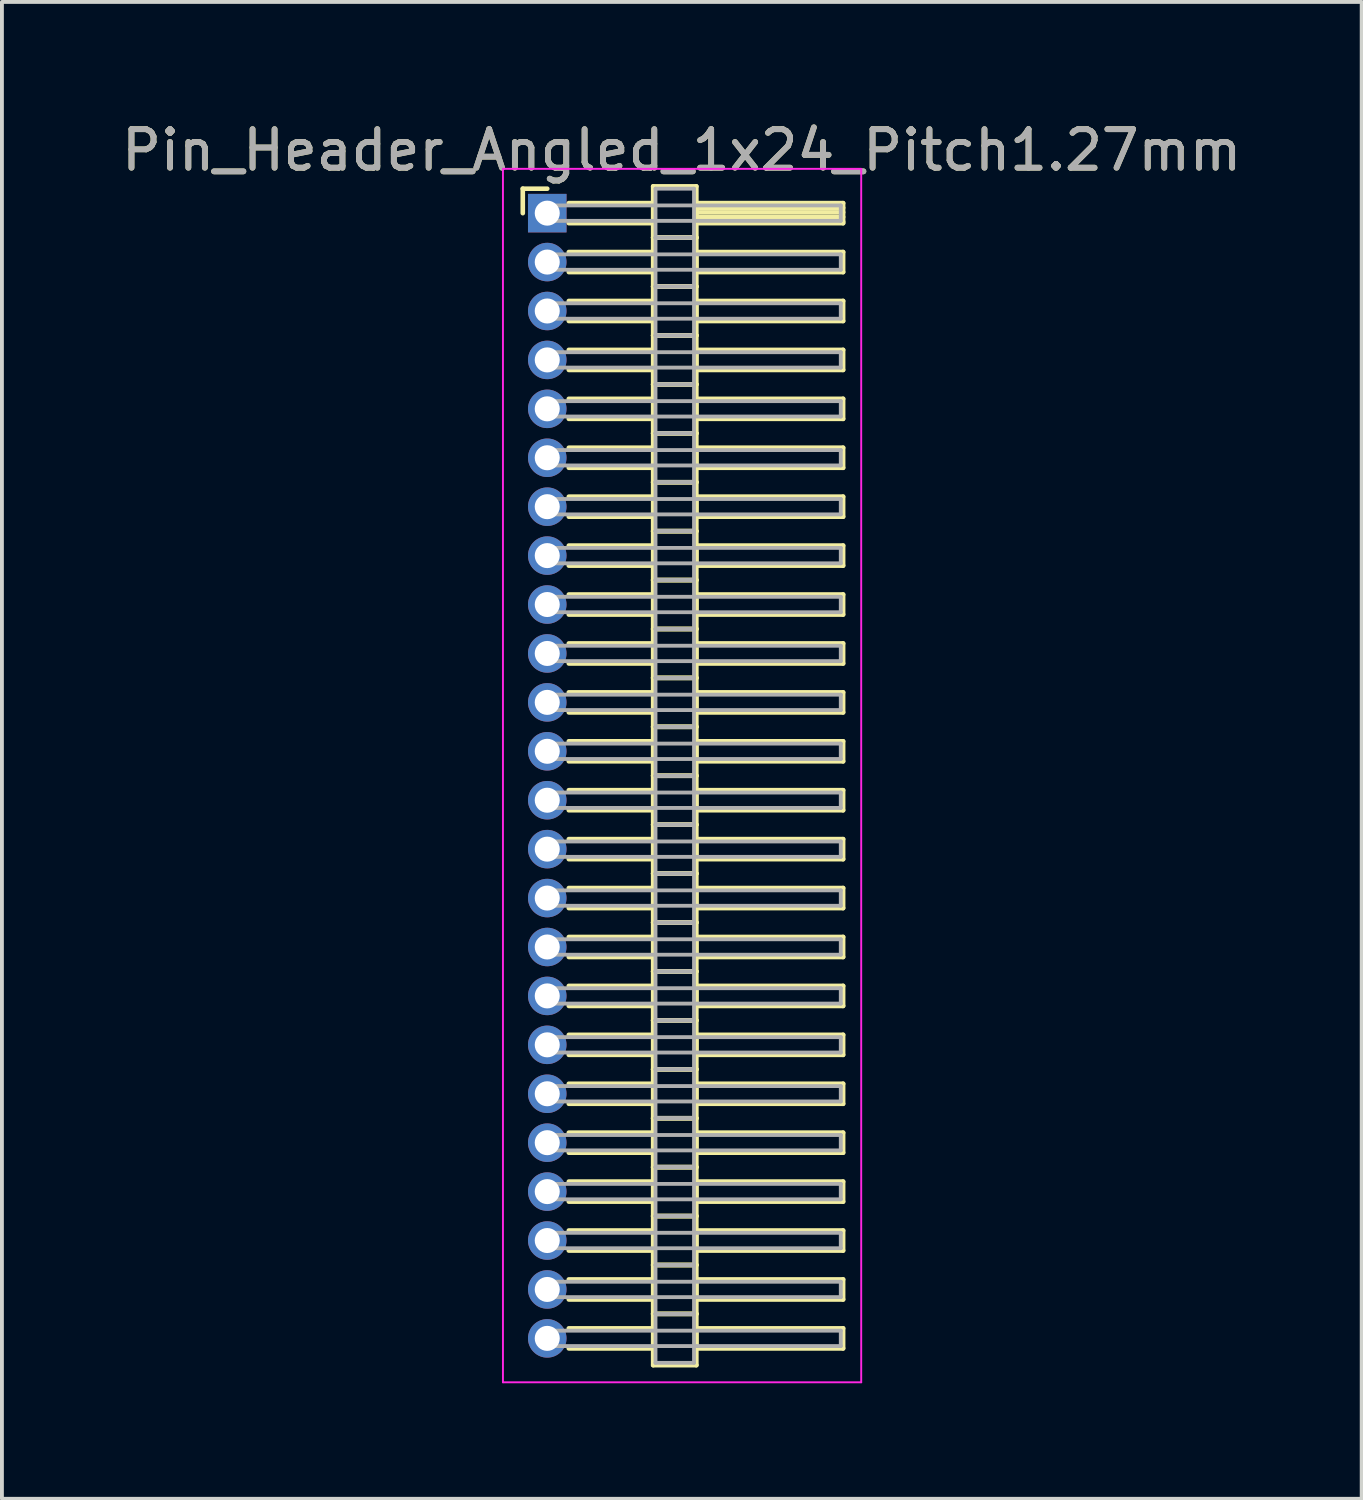
<source format=kicad_pcb>
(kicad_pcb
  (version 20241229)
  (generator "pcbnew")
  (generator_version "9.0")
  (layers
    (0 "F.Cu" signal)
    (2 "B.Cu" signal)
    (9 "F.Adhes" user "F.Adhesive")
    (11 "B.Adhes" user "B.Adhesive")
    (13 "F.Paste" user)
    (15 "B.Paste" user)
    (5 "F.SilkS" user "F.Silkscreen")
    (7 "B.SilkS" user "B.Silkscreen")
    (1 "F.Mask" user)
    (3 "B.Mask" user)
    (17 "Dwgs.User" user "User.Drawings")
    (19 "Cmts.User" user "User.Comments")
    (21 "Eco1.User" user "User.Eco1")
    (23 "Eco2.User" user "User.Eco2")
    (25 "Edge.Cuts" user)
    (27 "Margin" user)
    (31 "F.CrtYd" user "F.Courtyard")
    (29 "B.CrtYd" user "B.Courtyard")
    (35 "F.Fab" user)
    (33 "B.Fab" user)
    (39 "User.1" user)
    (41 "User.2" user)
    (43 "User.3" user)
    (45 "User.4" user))
  (footprint "Pin_Header_Angled_1x24_Pitch1.27mm"
    (layer "F.Cu")
    (at 11.156 2.483)
    (property "Reference" "Pin_Header_Angled_1x24_Pitch1.27mm" (at 3.493 -1.635 0) (layer "F.SilkS") (effects (font (size 1 1) (thickness 0.15))))
    (attr through_hole)
    (fp_line (start -0.635 -0.635) (end 0 -0.635) (stroke (width 0.12) (type solid)) (layer "F.SilkS"))
    (fp_line (start -0.635 0) (end -0.635 -0.635) (stroke (width 0.12) (type solid)) (layer "F.SilkS"))
    (fp_line (start 0.56 -0.26) (end 2.75 -0.26) (stroke (width 0.12) (type solid)) (layer "F.SilkS"))
    (fp_line (start 0.56 0.26) (end 2.75 0.26) (stroke (width 0.12) (type solid)) (layer "F.SilkS"))
    (fp_line (start 0.56 1.01) (end 2.75 1.01) (stroke (width 0.12) (type solid)) (layer "F.SilkS"))
    (fp_line (start 0.56 1.53) (end 2.75 1.53) (stroke (width 0.12) (type solid)) (layer "F.SilkS"))
    (fp_line (start 0.56 2.28) (end 2.75 2.28) (stroke (width 0.12) (type solid)) (layer "F.SilkS"))
    (fp_line (start 0.56 2.8) (end 2.75 2.8) (stroke (width 0.12) (type solid)) (layer "F.SilkS"))
    (fp_line (start 0.56 3.55) (end 2.75 3.55) (stroke (width 0.12) (type solid)) (layer "F.SilkS"))
    (fp_line (start 0.56 4.07) (end 2.75 4.07) (stroke (width 0.12) (type solid)) (layer "F.SilkS"))
    (fp_line (start 0.56 4.82) (end 2.75 4.82) (stroke (width 0.12) (type solid)) (layer "F.SilkS"))
    (fp_line (start 0.56 5.34) (end 2.75 5.34) (stroke (width 0.12) (type solid)) (layer "F.SilkS"))
    (fp_line (start 0.56 6.09) (end 2.75 6.09) (stroke (width 0.12) (type solid)) (layer "F.SilkS"))
    (fp_line (start 0.56 6.61) (end 2.75 6.61) (stroke (width 0.12) (type solid)) (layer "F.SilkS"))
    (fp_line (start 0.56 7.36) (end 2.75 7.36) (stroke (width 0.12) (type solid)) (layer "F.SilkS"))
    (fp_line (start 0.56 7.88) (end 2.75 7.88) (stroke (width 0.12) (type solid)) (layer "F.SilkS"))
    (fp_line (start 0.56 8.63) (end 2.75 8.63) (stroke (width 0.12) (type solid)) (layer "F.SilkS"))
    (fp_line (start 0.56 9.15) (end 2.75 9.15) (stroke (width 0.12) (type solid)) (layer "F.SilkS"))
    (fp_line (start 0.56 9.9) (end 2.75 9.9) (stroke (width 0.12) (type solid)) (layer "F.SilkS"))
    (fp_line (start 0.56 10.42) (end 2.75 10.42) (stroke (width 0.12) (type solid)) (layer "F.SilkS"))
    (fp_line (start 0.56 11.17) (end 2.75 11.17) (stroke (width 0.12) (type solid)) (layer "F.SilkS"))
    (fp_line (start 0.56 11.69) (end 2.75 11.69) (stroke (width 0.12) (type solid)) (layer "F.SilkS"))
    (fp_line (start 0.56 12.44) (end 2.75 12.44) (stroke (width 0.12) (type solid)) (layer "F.SilkS"))
    (fp_line (start 0.56 12.96) (end 2.75 12.96) (stroke (width 0.12) (type solid)) (layer "F.SilkS"))
    (fp_line (start 0.56 13.71) (end 2.75 13.71) (stroke (width 0.12) (type solid)) (layer "F.SilkS"))
    (fp_line (start 0.56 14.23) (end 2.75 14.23) (stroke (width 0.12) (type solid)) (layer "F.SilkS"))
    (fp_line (start 0.56 14.98) (end 2.75 14.98) (stroke (width 0.12) (type solid)) (layer "F.SilkS"))
    (fp_line (start 0.56 15.5) (end 2.75 15.5) (stroke (width 0.12) (type solid)) (layer "F.SilkS"))
    (fp_line (start 0.56 16.25) (end 2.75 16.25) (stroke (width 0.12) (type solid)) (layer "F.SilkS"))
    (fp_line (start 0.56 16.77) (end 2.75 16.77) (stroke (width 0.12) (type solid)) (layer "F.SilkS"))
    (fp_line (start 0.56 17.52) (end 2.75 17.52) (stroke (width 0.12) (type solid)) (layer "F.SilkS"))
    (fp_line (start 0.56 18.04) (end 2.75 18.04) (stroke (width 0.12) (type solid)) (layer "F.SilkS"))
    (fp_line (start 0.56 18.79) (end 2.75 18.79) (stroke (width 0.12) (type solid)) (layer "F.SilkS"))
    (fp_line (start 0.56 19.31) (end 2.75 19.31) (stroke (width 0.12) (type solid)) (layer "F.SilkS"))
    (fp_line (start 0.56 20.06) (end 2.75 20.06) (stroke (width 0.12) (type solid)) (layer "F.SilkS"))
    (fp_line (start 0.56 20.58) (end 2.75 20.58) (stroke (width 0.12) (type solid)) (layer "F.SilkS"))
    (fp_line (start 0.56 21.33) (end 2.75 21.33) (stroke (width 0.12) (type solid)) (layer "F.SilkS"))
    (fp_line (start 0.56 21.85) (end 2.75 21.85) (stroke (width 0.12) (type solid)) (layer "F.SilkS"))
    (fp_line (start 0.56 22.6) (end 2.75 22.6) (stroke (width 0.12) (type solid)) (layer "F.SilkS"))
    (fp_line (start 0.56 23.12) (end 2.75 23.12) (stroke (width 0.12) (type solid)) (layer "F.SilkS"))
    (fp_line (start 0.56 23.87) (end 2.75 23.87) (stroke (width 0.12) (type solid)) (layer "F.SilkS"))
    (fp_line (start 0.56 24.39) (end 2.75 24.39) (stroke (width 0.12) (type solid)) (layer "F.SilkS"))
    (fp_line (start 0.56 25.14) (end 2.75 25.14) (stroke (width 0.12) (type solid)) (layer "F.SilkS"))
    (fp_line (start 0.56 25.66) (end 2.75 25.66) (stroke (width 0.12) (type solid)) (layer "F.SilkS"))
    (fp_line (start 0.56 26.41) (end 2.75 26.41) (stroke (width 0.12) (type solid)) (layer "F.SilkS"))
    (fp_line (start 0.56 26.93) (end 2.75 26.93) (stroke (width 0.12) (type solid)) (layer "F.SilkS"))
    (fp_line (start 0.56 27.68) (end 2.75 27.68) (stroke (width 0.12) (type solid)) (layer "F.SilkS"))
    (fp_line (start 0.56 28.2) (end 2.75 28.2) (stroke (width 0.12) (type solid)) (layer "F.SilkS"))
    (fp_line (start 0.56 28.95) (end 2.75 28.95) (stroke (width 0.12) (type solid)) (layer "F.SilkS"))
    (fp_line (start 0.56 29.47) (end 2.75 29.47) (stroke (width 0.12) (type solid)) (layer "F.SilkS"))
    (fp_line (start 2.75 -0.695) (end 2.75 0.635) (stroke (width 0.12) (type solid)) (layer "F.SilkS"))
    (fp_line (start 2.75 0.635) (end 2.75 1.905) (stroke (width 0.12) (type solid)) (layer "F.SilkS"))
    (fp_line (start 2.75 0.635) (end 3.87 0.635) (stroke (width 0.12) (type solid)) (layer "F.SilkS"))
    (fp_line (start 2.75 1.905) (end 2.75 3.175) (stroke (width 0.12) (type solid)) (layer "F.SilkS"))
    (fp_line (start 2.75 1.905) (end 3.87 1.905) (stroke (width 0.12) (type solid)) (layer "F.SilkS"))
    (fp_line (start 2.75 3.175) (end 2.75 4.445) (stroke (width 0.12) (type solid)) (layer "F.SilkS"))
    (fp_line (start 2.75 3.175) (end 3.87 3.175) (stroke (width 0.12) (type solid)) (layer "F.SilkS"))
    (fp_line (start 2.75 4.445) (end 2.75 5.715) (stroke (width 0.12) (type solid)) (layer "F.SilkS"))
    (fp_line (start 2.75 4.445) (end 3.87 4.445) (stroke (width 0.12) (type solid)) (layer "F.SilkS"))
    (fp_line (start 2.75 5.715) (end 2.75 6.985) (stroke (width 0.12) (type solid)) (layer "F.SilkS"))
    (fp_line (start 2.75 5.715) (end 3.87 5.715) (stroke (width 0.12) (type solid)) (layer "F.SilkS"))
    (fp_line (start 2.75 6.985) (end 2.75 8.255) (stroke (width 0.12) (type solid)) (layer "F.SilkS"))
    (fp_line (start 2.75 6.985) (end 3.87 6.985) (stroke (width 0.12) (type solid)) (layer "F.SilkS"))
    (fp_line (start 2.75 8.255) (end 2.75 9.525) (stroke (width 0.12) (type solid)) (layer "F.SilkS"))
    (fp_line (start 2.75 8.255) (end 3.87 8.255) (stroke (width 0.12) (type solid)) (layer "F.SilkS"))
    (fp_line (start 2.75 9.525) (end 2.75 10.795) (stroke (width 0.12) (type solid)) (layer "F.SilkS"))
    (fp_line (start 2.75 9.525) (end 3.87 9.525) (stroke (width 0.12) (type solid)) (layer "F.SilkS"))
    (fp_line (start 2.75 10.795) (end 2.75 12.065) (stroke (width 0.12) (type solid)) (layer "F.SilkS"))
    (fp_line (start 2.75 10.795) (end 3.87 10.795) (stroke (width 0.12) (type solid)) (layer "F.SilkS"))
    (fp_line (start 2.75 12.065) (end 2.75 13.335) (stroke (width 0.12) (type solid)) (layer "F.SilkS"))
    (fp_line (start 2.75 12.065) (end 3.87 12.065) (stroke (width 0.12) (type solid)) (layer "F.SilkS"))
    (fp_line (start 2.75 13.335) (end 2.75 14.605) (stroke (width 0.12) (type solid)) (layer "F.SilkS"))
    (fp_line (start 2.75 13.335) (end 3.87 13.335) (stroke (width 0.12) (type solid)) (layer "F.SilkS"))
    (fp_line (start 2.75 14.605) (end 2.75 15.875) (stroke (width 0.12) (type solid)) (layer "F.SilkS"))
    (fp_line (start 2.75 14.605) (end 3.87 14.605) (stroke (width 0.12) (type solid)) (layer "F.SilkS"))
    (fp_line (start 2.75 15.875) (end 2.75 17.145) (stroke (width 0.12) (type solid)) (layer "F.SilkS"))
    (fp_line (start 2.75 15.875) (end 3.87 15.875) (stroke (width 0.12) (type solid)) (layer "F.SilkS"))
    (fp_line (start 2.75 17.145) (end 2.75 18.415) (stroke (width 0.12) (type solid)) (layer "F.SilkS"))
    (fp_line (start 2.75 17.145) (end 3.87 17.145) (stroke (width 0.12) (type solid)) (layer "F.SilkS"))
    (fp_line (start 2.75 18.415) (end 2.75 19.685) (stroke (width 0.12) (type solid)) (layer "F.SilkS"))
    (fp_line (start 2.75 18.415) (end 3.87 18.415) (stroke (width 0.12) (type solid)) (layer "F.SilkS"))
    (fp_line (start 2.75 19.685) (end 2.75 20.955) (stroke (width 0.12) (type solid)) (layer "F.SilkS"))
    (fp_line (start 2.75 19.685) (end 3.87 19.685) (stroke (width 0.12) (type solid)) (layer "F.SilkS"))
    (fp_line (start 2.75 20.955) (end 2.75 22.225) (stroke (width 0.12) (type solid)) (layer "F.SilkS"))
    (fp_line (start 2.75 20.955) (end 3.87 20.955) (stroke (width 0.12) (type solid)) (layer "F.SilkS"))
    (fp_line (start 2.75 22.225) (end 2.75 23.495) (stroke (width 0.12) (type solid)) (layer "F.SilkS"))
    (fp_line (start 2.75 22.225) (end 3.87 22.225) (stroke (width 0.12) (type solid)) (layer "F.SilkS"))
    (fp_line (start 2.75 23.495) (end 2.75 24.765) (stroke (width 0.12) (type solid)) (layer "F.SilkS"))
    (fp_line (start 2.75 23.495) (end 3.87 23.495) (stroke (width 0.12) (type solid)) (layer "F.SilkS"))
    (fp_line (start 2.75 24.765) (end 2.75 26.035) (stroke (width 0.12) (type solid)) (layer "F.SilkS"))
    (fp_line (start 2.75 24.765) (end 3.87 24.765) (stroke (width 0.12) (type solid)) (layer "F.SilkS"))
    (fp_line (start 2.75 26.035) (end 2.75 27.305) (stroke (width 0.12) (type solid)) (layer "F.SilkS"))
    (fp_line (start 2.75 26.035) (end 3.87 26.035) (stroke (width 0.12) (type solid)) (layer "F.SilkS"))
    (fp_line (start 2.75 27.305) (end 2.75 28.575) (stroke (width 0.12) (type solid)) (layer "F.SilkS"))
    (fp_line (start 2.75 27.305) (end 3.87 27.305) (stroke (width 0.12) (type solid)) (layer "F.SilkS"))
    (fp_line (start 2.75 28.575) (end 2.75 29.905) (stroke (width 0.12) (type solid)) (layer "F.SilkS"))
    (fp_line (start 2.75 28.575) (end 3.87 28.575) (stroke (width 0.12) (type solid)) (layer "F.SilkS"))
    (fp_line (start 2.75 29.905) (end 3.87 29.905) (stroke (width 0.12) (type solid)) (layer "F.SilkS"))
    (fp_line (start 3.87 -0.695) (end 2.75 -0.695) (stroke (width 0.12) (type solid)) (layer "F.SilkS"))
    (fp_line (start 3.87 -0.26) (end 3.87 0.26) (stroke (width 0.12) (type solid)) (layer "F.SilkS"))
    (fp_line (start 3.87 -0.14) (end 7.68 -0.14) (stroke (width 0.12) (type solid)) (layer "F.SilkS"))
    (fp_line (start 3.87 -0.02) (end 7.68 -0.02) (stroke (width 0.12) (type solid)) (layer "F.SilkS"))
    (fp_line (start 3.87 0.1) (end 7.68 0.1) (stroke (width 0.12) (type solid)) (layer "F.SilkS"))
    (fp_line (start 3.87 0.22) (end 7.68 0.22) (stroke (width 0.12) (type solid)) (layer "F.SilkS"))
    (fp_line (start 3.87 0.26) (end 7.68 0.26) (stroke (width 0.12) (type solid)) (layer "F.SilkS"))
    (fp_line (start 3.87 0.635) (end 2.75 0.635) (stroke (width 0.12) (type solid)) (layer "F.SilkS"))
    (fp_line (start 3.87 0.635) (end 3.87 -0.695) (stroke (width 0.12) (type solid)) (layer "F.SilkS"))
    (fp_line (start 3.87 1.01) (end 3.87 1.53) (stroke (width 0.12) (type solid)) (layer "F.SilkS"))
    (fp_line (start 3.87 1.53) (end 7.68 1.53) (stroke (width 0.12) (type solid)) (layer "F.SilkS"))
    (fp_line (start 3.87 1.905) (end 2.75 1.905) (stroke (width 0.12) (type solid)) (layer "F.SilkS"))
    (fp_line (start 3.87 1.905) (end 3.87 0.635) (stroke (width 0.12) (type solid)) (layer "F.SilkS"))
    (fp_line (start 3.87 2.28) (end 3.87 2.8) (stroke (width 0.12) (type solid)) (layer "F.SilkS"))
    (fp_line (start 3.87 2.8) (end 7.68 2.8) (stroke (width 0.12) (type solid)) (layer "F.SilkS"))
    (fp_line (start 3.87 3.175) (end 2.75 3.175) (stroke (width 0.12) (type solid)) (layer "F.SilkS"))
    (fp_line (start 3.87 3.175) (end 3.87 1.905) (stroke (width 0.12) (type solid)) (layer "F.SilkS"))
    (fp_line (start 3.87 3.55) (end 3.87 4.07) (stroke (width 0.12) (type solid)) (layer "F.SilkS"))
    (fp_line (start 3.87 4.07) (end 7.68 4.07) (stroke (width 0.12) (type solid)) (layer "F.SilkS"))
    (fp_line (start 3.87 4.445) (end 2.75 4.445) (stroke (width 0.12) (type solid)) (layer "F.SilkS"))
    (fp_line (start 3.87 4.445) (end 3.87 3.175) (stroke (width 0.12) (type solid)) (layer "F.SilkS"))
    (fp_line (start 3.87 4.82) (end 3.87 5.34) (stroke (width 0.12) (type solid)) (layer "F.SilkS"))
    (fp_line (start 3.87 5.34) (end 7.68 5.34) (stroke (width 0.12) (type solid)) (layer "F.SilkS"))
    (fp_line (start 3.87 5.715) (end 2.75 5.715) (stroke (width 0.12) (type solid)) (layer "F.SilkS"))
    (fp_line (start 3.87 5.715) (end 3.87 4.445) (stroke (width 0.12) (type solid)) (layer "F.SilkS"))
    (fp_line (start 3.87 6.09) (end 3.87 6.61) (stroke (width 0.12) (type solid)) (layer "F.SilkS"))
    (fp_line (start 3.87 6.61) (end 7.68 6.61) (stroke (width 0.12) (type solid)) (layer "F.SilkS"))
    (fp_line (start 3.87 6.985) (end 2.75 6.985) (stroke (width 0.12) (type solid)) (layer "F.SilkS"))
    (fp_line (start 3.87 6.985) (end 3.87 5.715) (stroke (width 0.12) (type solid)) (layer "F.SilkS"))
    (fp_line (start 3.87 7.36) (end 3.87 7.88) (stroke (width 0.12) (type solid)) (layer "F.SilkS"))
    (fp_line (start 3.87 7.88) (end 7.68 7.88) (stroke (width 0.12) (type solid)) (layer "F.SilkS"))
    (fp_line (start 3.87 8.255) (end 2.75 8.255) (stroke (width 0.12) (type solid)) (layer "F.SilkS"))
    (fp_line (start 3.87 8.255) (end 3.87 6.985) (stroke (width 0.12) (type solid)) (layer "F.SilkS"))
    (fp_line (start 3.87 8.63) (end 3.87 9.15) (stroke (width 0.12) (type solid)) (layer "F.SilkS"))
    (fp_line (start 3.87 9.15) (end 7.68 9.15) (stroke (width 0.12) (type solid)) (layer "F.SilkS"))
    (fp_line (start 3.87 9.525) (end 2.75 9.525) (stroke (width 0.12) (type solid)) (layer "F.SilkS"))
    (fp_line (start 3.87 9.525) (end 3.87 8.255) (stroke (width 0.12) (type solid)) (layer "F.SilkS"))
    (fp_line (start 3.87 9.9) (end 3.87 10.42) (stroke (width 0.12) (type solid)) (layer "F.SilkS"))
    (fp_line (start 3.87 10.42) (end 7.68 10.42) (stroke (width 0.12) (type solid)) (layer "F.SilkS"))
    (fp_line (start 3.87 10.795) (end 2.75 10.795) (stroke (width 0.12) (type solid)) (layer "F.SilkS"))
    (fp_line (start 3.87 10.795) (end 3.87 9.525) (stroke (width 0.12) (type solid)) (layer "F.SilkS"))
    (fp_line (start 3.87 11.17) (end 3.87 11.69) (stroke (width 0.12) (type solid)) (layer "F.SilkS"))
    (fp_line (start 3.87 11.69) (end 7.68 11.69) (stroke (width 0.12) (type solid)) (layer "F.SilkS"))
    (fp_line (start 3.87 12.065) (end 2.75 12.065) (stroke (width 0.12) (type solid)) (layer "F.SilkS"))
    (fp_line (start 3.87 12.065) (end 3.87 10.795) (stroke (width 0.12) (type solid)) (layer "F.SilkS"))
    (fp_line (start 3.87 12.44) (end 3.87 12.96) (stroke (width 0.12) (type solid)) (layer "F.SilkS"))
    (fp_line (start 3.87 12.96) (end 7.68 12.96) (stroke (width 0.12) (type solid)) (layer "F.SilkS"))
    (fp_line (start 3.87 13.335) (end 2.75 13.335) (stroke (width 0.12) (type solid)) (layer "F.SilkS"))
    (fp_line (start 3.87 13.335) (end 3.87 12.065) (stroke (width 0.12) (type solid)) (layer "F.SilkS"))
    (fp_line (start 3.87 13.71) (end 3.87 14.23) (stroke (width 0.12) (type solid)) (layer "F.SilkS"))
    (fp_line (start 3.87 14.23) (end 7.68 14.23) (stroke (width 0.12) (type solid)) (layer "F.SilkS"))
    (fp_line (start 3.87 14.605) (end 2.75 14.605) (stroke (width 0.12) (type solid)) (layer "F.SilkS"))
    (fp_line (start 3.87 14.605) (end 3.87 13.335) (stroke (width 0.12) (type solid)) (layer "F.SilkS"))
    (fp_line (start 3.87 14.98) (end 3.87 15.5) (stroke (width 0.12) (type solid)) (layer "F.SilkS"))
    (fp_line (start 3.87 15.5) (end 7.68 15.5) (stroke (width 0.12) (type solid)) (layer "F.SilkS"))
    (fp_line (start 3.87 15.875) (end 2.75 15.875) (stroke (width 0.12) (type solid)) (layer "F.SilkS"))
    (fp_line (start 3.87 15.875) (end 3.87 14.605) (stroke (width 0.12) (type solid)) (layer "F.SilkS"))
    (fp_line (start 3.87 16.25) (end 3.87 16.77) (stroke (width 0.12) (type solid)) (layer "F.SilkS"))
    (fp_line (start 3.87 16.77) (end 7.68 16.77) (stroke (width 0.12) (type solid)) (layer "F.SilkS"))
    (fp_line (start 3.87 17.145) (end 2.75 17.145) (stroke (width 0.12) (type solid)) (layer "F.SilkS"))
    (fp_line (start 3.87 17.145) (end 3.87 15.875) (stroke (width 0.12) (type solid)) (layer "F.SilkS"))
    (fp_line (start 3.87 17.52) (end 3.87 18.04) (stroke (width 0.12) (type solid)) (layer "F.SilkS"))
    (fp_line (start 3.87 18.04) (end 7.68 18.04) (stroke (width 0.12) (type solid)) (layer "F.SilkS"))
    (fp_line (start 3.87 18.415) (end 2.75 18.415) (stroke (width 0.12) (type solid)) (layer "F.SilkS"))
    (fp_line (start 3.87 18.415) (end 3.87 17.145) (stroke (width 0.12) (type solid)) (layer "F.SilkS"))
    (fp_line (start 3.87 18.79) (end 3.87 19.31) (stroke (width 0.12) (type solid)) (layer "F.SilkS"))
    (fp_line (start 3.87 19.31) (end 7.68 19.31) (stroke (width 0.12) (type solid)) (layer "F.SilkS"))
    (fp_line (start 3.87 19.685) (end 2.75 19.685) (stroke (width 0.12) (type solid)) (layer "F.SilkS"))
    (fp_line (start 3.87 19.685) (end 3.87 18.415) (stroke (width 0.12) (type solid)) (layer "F.SilkS"))
    (fp_line (start 3.87 20.06) (end 3.87 20.58) (stroke (width 0.12) (type solid)) (layer "F.SilkS"))
    (fp_line (start 3.87 20.58) (end 7.68 20.58) (stroke (width 0.12) (type solid)) (layer "F.SilkS"))
    (fp_line (start 3.87 20.955) (end 2.75 20.955) (stroke (width 0.12) (type solid)) (layer "F.SilkS"))
    (fp_line (start 3.87 20.955) (end 3.87 19.685) (stroke (width 0.12) (type solid)) (layer "F.SilkS"))
    (fp_line (start 3.87 21.33) (end 3.87 21.85) (stroke (width 0.12) (type solid)) (layer "F.SilkS"))
    (fp_line (start 3.87 21.85) (end 7.68 21.85) (stroke (width 0.12) (type solid)) (layer "F.SilkS"))
    (fp_line (start 3.87 22.225) (end 2.75 22.225) (stroke (width 0.12) (type solid)) (layer "F.SilkS"))
    (fp_line (start 3.87 22.225) (end 3.87 20.955) (stroke (width 0.12) (type solid)) (layer "F.SilkS"))
    (fp_line (start 3.87 22.6) (end 3.87 23.12) (stroke (width 0.12) (type solid)) (layer "F.SilkS"))
    (fp_line (start 3.87 23.12) (end 7.68 23.12) (stroke (width 0.12) (type solid)) (layer "F.SilkS"))
    (fp_line (start 3.87 23.495) (end 2.75 23.495) (stroke (width 0.12) (type solid)) (layer "F.SilkS"))
    (fp_line (start 3.87 23.495) (end 3.87 22.225) (stroke (width 0.12) (type solid)) (layer "F.SilkS"))
    (fp_line (start 3.87 23.87) (end 3.87 24.39) (stroke (width 0.12) (type solid)) (layer "F.SilkS"))
    (fp_line (start 3.87 24.39) (end 7.68 24.39) (stroke (width 0.12) (type solid)) (layer "F.SilkS"))
    (fp_line (start 3.87 24.765) (end 2.75 24.765) (stroke (width 0.12) (type solid)) (layer "F.SilkS"))
    (fp_line (start 3.87 24.765) (end 3.87 23.495) (stroke (width 0.12) (type solid)) (layer "F.SilkS"))
    (fp_line (start 3.87 25.14) (end 3.87 25.66) (stroke (width 0.12) (type solid)) (layer "F.SilkS"))
    (fp_line (start 3.87 25.66) (end 7.68 25.66) (stroke (width 0.12) (type solid)) (layer "F.SilkS"))
    (fp_line (start 3.87 26.035) (end 2.75 26.035) (stroke (width 0.12) (type solid)) (layer "F.SilkS"))
    (fp_line (start 3.87 26.035) (end 3.87 24.765) (stroke (width 0.12) (type solid)) (layer "F.SilkS"))
    (fp_line (start 3.87 26.41) (end 3.87 26.93) (stroke (width 0.12) (type solid)) (layer "F.SilkS"))
    (fp_line (start 3.87 26.93) (end 7.68 26.93) (stroke (width 0.12) (type solid)) (layer "F.SilkS"))
    (fp_line (start 3.87 27.305) (end 2.75 27.305) (stroke (width 0.12) (type solid)) (layer "F.SilkS"))
    (fp_line (start 3.87 27.305) (end 3.87 26.035) (stroke (width 0.12) (type solid)) (layer "F.SilkS"))
    (fp_line (start 3.87 27.68) (end 3.87 28.2) (stroke (width 0.12) (type solid)) (layer "F.SilkS"))
    (fp_line (start 3.87 28.2) (end 7.68 28.2) (stroke (width 0.12) (type solid)) (layer "F.SilkS"))
    (fp_line (start 3.87 28.575) (end 2.75 28.575) (stroke (width 0.12) (type solid)) (layer "F.SilkS"))
    (fp_line (start 3.87 28.575) (end 3.87 27.305) (stroke (width 0.12) (type solid)) (layer "F.SilkS"))
    (fp_line (start 3.87 28.95) (end 3.87 29.47) (stroke (width 0.12) (type solid)) (layer "F.SilkS"))
    (fp_line (start 3.87 29.47) (end 7.68 29.47) (stroke (width 0.12) (type solid)) (layer "F.SilkS"))
    (fp_line (start 3.87 29.905) (end 3.87 28.575) (stroke (width 0.12) (type solid)) (layer "F.SilkS"))
    (fp_line (start 7.68 -0.26) (end 3.87 -0.26) (stroke (width 0.12) (type solid)) (layer "F.SilkS"))
    (fp_line (start 7.68 0.26) (end 7.68 -0.26) (stroke (width 0.12) (type solid)) (layer "F.SilkS"))
    (fp_line (start 7.68 1.01) (end 3.87 1.01) (stroke (width 0.12) (type solid)) (layer "F.SilkS"))
    (fp_line (start 7.68 1.53) (end 7.68 1.01) (stroke (width 0.12) (type solid)) (layer "F.SilkS"))
    (fp_line (start 7.68 2.28) (end 3.87 2.28) (stroke (width 0.12) (type solid)) (layer "F.SilkS"))
    (fp_line (start 7.68 2.8) (end 7.68 2.28) (stroke (width 0.12) (type solid)) (layer "F.SilkS"))
    (fp_line (start 7.68 3.55) (end 3.87 3.55) (stroke (width 0.12) (type solid)) (layer "F.SilkS"))
    (fp_line (start 7.68 4.07) (end 7.68 3.55) (stroke (width 0.12) (type solid)) (layer "F.SilkS"))
    (fp_line (start 7.68 4.82) (end 3.87 4.82) (stroke (width 0.12) (type solid)) (layer "F.SilkS"))
    (fp_line (start 7.68 5.34) (end 7.68 4.82) (stroke (width 0.12) (type solid)) (layer "F.SilkS"))
    (fp_line (start 7.68 6.09) (end 3.87 6.09) (stroke (width 0.12) (type solid)) (layer "F.SilkS"))
    (fp_line (start 7.68 6.61) (end 7.68 6.09) (stroke (width 0.12) (type solid)) (layer "F.SilkS"))
    (fp_line (start 7.68 7.36) (end 3.87 7.36) (stroke (width 0.12) (type solid)) (layer "F.SilkS"))
    (fp_line (start 7.68 7.88) (end 7.68 7.36) (stroke (width 0.12) (type solid)) (layer "F.SilkS"))
    (fp_line (start 7.68 8.63) (end 3.87 8.63) (stroke (width 0.12) (type solid)) (layer "F.SilkS"))
    (fp_line (start 7.68 9.15) (end 7.68 8.63) (stroke (width 0.12) (type solid)) (layer "F.SilkS"))
    (fp_line (start 7.68 9.9) (end 3.87 9.9) (stroke (width 0.12) (type solid)) (layer "F.SilkS"))
    (fp_line (start 7.68 10.42) (end 7.68 9.9) (stroke (width 0.12) (type solid)) (layer "F.SilkS"))
    (fp_line (start 7.68 11.17) (end 3.87 11.17) (stroke (width 0.12) (type solid)) (layer "F.SilkS"))
    (fp_line (start 7.68 11.69) (end 7.68 11.17) (stroke (width 0.12) (type solid)) (layer "F.SilkS"))
    (fp_line (start 7.68 12.44) (end 3.87 12.44) (stroke (width 0.12) (type solid)) (layer "F.SilkS"))
    (fp_line (start 7.68 12.96) (end 7.68 12.44) (stroke (width 0.12) (type solid)) (layer "F.SilkS"))
    (fp_line (start 7.68 13.71) (end 3.87 13.71) (stroke (width 0.12) (type solid)) (layer "F.SilkS"))
    (fp_line (start 7.68 14.23) (end 7.68 13.71) (stroke (width 0.12) (type solid)) (layer "F.SilkS"))
    (fp_line (start 7.68 14.98) (end 3.87 14.98) (stroke (width 0.12) (type solid)) (layer "F.SilkS"))
    (fp_line (start 7.68 15.5) (end 7.68 14.98) (stroke (width 0.12) (type solid)) (layer "F.SilkS"))
    (fp_line (start 7.68 16.25) (end 3.87 16.25) (stroke (width 0.12) (type solid)) (layer "F.SilkS"))
    (fp_line (start 7.68 16.77) (end 7.68 16.25) (stroke (width 0.12) (type solid)) (layer "F.SilkS"))
    (fp_line (start 7.68 17.52) (end 3.87 17.52) (stroke (width 0.12) (type solid)) (layer "F.SilkS"))
    (fp_line (start 7.68 18.04) (end 7.68 17.52) (stroke (width 0.12) (type solid)) (layer "F.SilkS"))
    (fp_line (start 7.68 18.79) (end 3.87 18.79) (stroke (width 0.12) (type solid)) (layer "F.SilkS"))
    (fp_line (start 7.68 19.31) (end 7.68 18.79) (stroke (width 0.12) (type solid)) (layer "F.SilkS"))
    (fp_line (start 7.68 20.06) (end 3.87 20.06) (stroke (width 0.12) (type solid)) (layer "F.SilkS"))
    (fp_line (start 7.68 20.58) (end 7.68 20.06) (stroke (width 0.12) (type solid)) (layer "F.SilkS"))
    (fp_line (start 7.68 21.33) (end 3.87 21.33) (stroke (width 0.12) (type solid)) (layer "F.SilkS"))
    (fp_line (start 7.68 21.85) (end 7.68 21.33) (stroke (width 0.12) (type solid)) (layer "F.SilkS"))
    (fp_line (start 7.68 22.6) (end 3.87 22.6) (stroke (width 0.12) (type solid)) (layer "F.SilkS"))
    (fp_line (start 7.68 23.12) (end 7.68 22.6) (stroke (width 0.12) (type solid)) (layer "F.SilkS"))
    (fp_line (start 7.68 23.87) (end 3.87 23.87) (stroke (width 0.12) (type solid)) (layer "F.SilkS"))
    (fp_line (start 7.68 24.39) (end 7.68 23.87) (stroke (width 0.12) (type solid)) (layer "F.SilkS"))
    (fp_line (start 7.68 25.14) (end 3.87 25.14) (stroke (width 0.12) (type solid)) (layer "F.SilkS"))
    (fp_line (start 7.68 25.66) (end 7.68 25.14) (stroke (width 0.12) (type solid)) (layer "F.SilkS"))
    (fp_line (start 7.68 26.41) (end 3.87 26.41) (stroke (width 0.12) (type solid)) (layer "F.SilkS"))
    (fp_line (start 7.68 26.93) (end 7.68 26.41) (stroke (width 0.12) (type solid)) (layer "F.SilkS"))
    (fp_line (start 7.68 27.68) (end 3.87 27.68) (stroke (width 0.12) (type solid)) (layer "F.SilkS"))
    (fp_line (start 7.68 28.2) (end 7.68 27.68) (stroke (width 0.12) (type solid)) (layer "F.SilkS"))
    (fp_line (start 7.68 28.95) (end 3.87 28.95) (stroke (width 0.12) (type solid)) (layer "F.SilkS"))
    (fp_line (start 7.68 29.47) (end 7.68 28.95) (stroke (width 0.12) (type solid)) (layer "F.SilkS"))
    (fp_line (start -1.15 -1.15) (end -1.15 30.35) (stroke (width 0.05) (type solid)) (layer "F.CrtYd"))
    (fp_line (start -1.15 30.35) (end 8.15 30.35) (stroke (width 0.05) (type solid)) (layer "F.CrtYd"))
    (fp_line (start 8.15 -1.15) (end -1.15 -1.15) (stroke (width 0.05) (type solid)) (layer "F.CrtYd"))
    (fp_line (start 8.15 30.35) (end 8.15 -1.15) (stroke (width 0.05) (type solid)) (layer "F.CrtYd"))
    (fp_line (start 0 -0.2) (end 0 0.2) (stroke (width 0.1) (type solid)) (layer "F.Fab"))
    (fp_line (start 0 0.2) (end 7.62 0.2) (stroke (width 0.1) (type solid)) (layer "F.Fab"))
    (fp_line (start 0 1.07) (end 0 1.47) (stroke (width 0.1) (type solid)) (layer "F.Fab"))
    (fp_line (start 0 1.47) (end 7.62 1.47) (stroke (width 0.1) (type solid)) (layer "F.Fab"))
    (fp_line (start 0 2.34) (end 0 2.74) (stroke (width 0.1) (type solid)) (layer "F.Fab"))
    (fp_line (start 0 2.74) (end 7.62 2.74) (stroke (width 0.1) (type solid)) (layer "F.Fab"))
    (fp_line (start 0 3.61) (end 0 4.01) (stroke (width 0.1) (type solid)) (layer "F.Fab"))
    (fp_line (start 0 4.01) (end 7.62 4.01) (stroke (width 0.1) (type solid)) (layer "F.Fab"))
    (fp_line (start 0 4.88) (end 0 5.28) (stroke (width 0.1) (type solid)) (layer "F.Fab"))
    (fp_line (start 0 5.28) (end 7.62 5.28) (stroke (width 0.1) (type solid)) (layer "F.Fab"))
    (fp_line (start 0 6.15) (end 0 6.55) (stroke (width 0.1) (type solid)) (layer "F.Fab"))
    (fp_line (start 0 6.55) (end 7.62 6.55) (stroke (width 0.1) (type solid)) (layer "F.Fab"))
    (fp_line (start 0 7.42) (end 0 7.82) (stroke (width 0.1) (type solid)) (layer "F.Fab"))
    (fp_line (start 0 7.82) (end 7.62 7.82) (stroke (width 0.1) (type solid)) (layer "F.Fab"))
    (fp_line (start 0 8.69) (end 0 9.09) (stroke (width 0.1) (type solid)) (layer "F.Fab"))
    (fp_line (start 0 9.09) (end 7.62 9.09) (stroke (width 0.1) (type solid)) (layer "F.Fab"))
    (fp_line (start 0 9.96) (end 0 10.36) (stroke (width 0.1) (type solid)) (layer "F.Fab"))
    (fp_line (start 0 10.36) (end 7.62 10.36) (stroke (width 0.1) (type solid)) (layer "F.Fab"))
    (fp_line (start 0 11.23) (end 0 11.63) (stroke (width 0.1) (type solid)) (layer "F.Fab"))
    (fp_line (start 0 11.63) (end 7.62 11.63) (stroke (width 0.1) (type solid)) (layer "F.Fab"))
    (fp_line (start 0 12.5) (end 0 12.9) (stroke (width 0.1) (type solid)) (layer "F.Fab"))
    (fp_line (start 0 12.9) (end 7.62 12.9) (stroke (width 0.1) (type solid)) (layer "F.Fab"))
    (fp_line (start 0 13.77) (end 0 14.17) (stroke (width 0.1) (type solid)) (layer "F.Fab"))
    (fp_line (start 0 14.17) (end 7.62 14.17) (stroke (width 0.1) (type solid)) (layer "F.Fab"))
    (fp_line (start 0 15.04) (end 0 15.44) (stroke (width 0.1) (type solid)) (layer "F.Fab"))
    (fp_line (start 0 15.44) (end 7.62 15.44) (stroke (width 0.1) (type solid)) (layer "F.Fab"))
    (fp_line (start 0 16.31) (end 0 16.71) (stroke (width 0.1) (type solid)) (layer "F.Fab"))
    (fp_line (start 0 16.71) (end 7.62 16.71) (stroke (width 0.1) (type solid)) (layer "F.Fab"))
    (fp_line (start 0 17.58) (end 0 17.98) (stroke (width 0.1) (type solid)) (layer "F.Fab"))
    (fp_line (start 0 17.98) (end 7.62 17.98) (stroke (width 0.1) (type solid)) (layer "F.Fab"))
    (fp_line (start 0 18.85) (end 0 19.25) (stroke (width 0.1) (type solid)) (layer "F.Fab"))
    (fp_line (start 0 19.25) (end 7.62 19.25) (stroke (width 0.1) (type solid)) (layer "F.Fab"))
    (fp_line (start 0 20.12) (end 0 20.52) (stroke (width 0.1) (type solid)) (layer "F.Fab"))
    (fp_line (start 0 20.52) (end 7.62 20.52) (stroke (width 0.1) (type solid)) (layer "F.Fab"))
    (fp_line (start 0 21.39) (end 0 21.79) (stroke (width 0.1) (type solid)) (layer "F.Fab"))
    (fp_line (start 0 21.79) (end 7.62 21.79) (stroke (width 0.1) (type solid)) (layer "F.Fab"))
    (fp_line (start 0 22.66) (end 0 23.06) (stroke (width 0.1) (type solid)) (layer "F.Fab"))
    (fp_line (start 0 23.06) (end 7.62 23.06) (stroke (width 0.1) (type solid)) (layer "F.Fab"))
    (fp_line (start 0 23.93) (end 0 24.33) (stroke (width 0.1) (type solid)) (layer "F.Fab"))
    (fp_line (start 0 24.33) (end 7.62 24.33) (stroke (width 0.1) (type solid)) (layer "F.Fab"))
    (fp_line (start 0 25.2) (end 0 25.6) (stroke (width 0.1) (type solid)) (layer "F.Fab"))
    (fp_line (start 0 25.6) (end 7.62 25.6) (stroke (width 0.1) (type solid)) (layer "F.Fab"))
    (fp_line (start 0 26.47) (end 0 26.87) (stroke (width 0.1) (type solid)) (layer "F.Fab"))
    (fp_line (start 0 26.87) (end 7.62 26.87) (stroke (width 0.1) (type solid)) (layer "F.Fab"))
    (fp_line (start 0 27.74) (end 0 28.14) (stroke (width 0.1) (type solid)) (layer "F.Fab"))
    (fp_line (start 0 28.14) (end 7.62 28.14) (stroke (width 0.1) (type solid)) (layer "F.Fab"))
    (fp_line (start 0 29.01) (end 0 29.41) (stroke (width 0.1) (type solid)) (layer "F.Fab"))
    (fp_line (start 0 29.41) (end 7.62 29.41) (stroke (width 0.1) (type solid)) (layer "F.Fab"))
    (fp_line (start 2.81 -0.635) (end 2.81 0.635) (stroke (width 0.1) (type solid)) (layer "F.Fab"))
    (fp_line (start 2.81 0.635) (end 2.81 1.905) (stroke (width 0.1) (type solid)) (layer "F.Fab"))
    (fp_line (start 2.81 0.635) (end 3.81 0.635) (stroke (width 0.1) (type solid)) (layer "F.Fab"))
    (fp_line (start 2.81 1.905) (end 2.81 3.175) (stroke (width 0.1) (type solid)) (layer "F.Fab"))
    (fp_line (start 2.81 1.905) (end 3.81 1.905) (stroke (width 0.1) (type solid)) (layer "F.Fab"))
    (fp_line (start 2.81 3.175) (end 2.81 4.445) (stroke (width 0.1) (type solid)) (layer "F.Fab"))
    (fp_line (start 2.81 3.175) (end 3.81 3.175) (stroke (width 0.1) (type solid)) (layer "F.Fab"))
    (fp_line (start 2.81 4.445) (end 2.81 5.715) (stroke (width 0.1) (type solid)) (layer "F.Fab"))
    (fp_line (start 2.81 4.445) (end 3.81 4.445) (stroke (width 0.1) (type solid)) (layer "F.Fab"))
    (fp_line (start 2.81 5.715) (end 2.81 6.985) (stroke (width 0.1) (type solid)) (layer "F.Fab"))
    (fp_line (start 2.81 5.715) (end 3.81 5.715) (stroke (width 0.1) (type solid)) (layer "F.Fab"))
    (fp_line (start 2.81 6.985) (end 2.81 8.255) (stroke (width 0.1) (type solid)) (layer "F.Fab"))
    (fp_line (start 2.81 6.985) (end 3.81 6.985) (stroke (width 0.1) (type solid)) (layer "F.Fab"))
    (fp_line (start 2.81 8.255) (end 2.81 9.525) (stroke (width 0.1) (type solid)) (layer "F.Fab"))
    (fp_line (start 2.81 8.255) (end 3.81 8.255) (stroke (width 0.1) (type solid)) (layer "F.Fab"))
    (fp_line (start 2.81 9.525) (end 2.81 10.795) (stroke (width 0.1) (type solid)) (layer "F.Fab"))
    (fp_line (start 2.81 9.525) (end 3.81 9.525) (stroke (width 0.1) (type solid)) (layer "F.Fab"))
    (fp_line (start 2.81 10.795) (end 2.81 12.065) (stroke (width 0.1) (type solid)) (layer "F.Fab"))
    (fp_line (start 2.81 10.795) (end 3.81 10.795) (stroke (width 0.1) (type solid)) (layer "F.Fab"))
    (fp_line (start 2.81 12.065) (end 2.81 13.335) (stroke (width 0.1) (type solid)) (layer "F.Fab"))
    (fp_line (start 2.81 12.065) (end 3.81 12.065) (stroke (width 0.1) (type solid)) (layer "F.Fab"))
    (fp_line (start 2.81 13.335) (end 2.81 14.605) (stroke (width 0.1) (type solid)) (layer "F.Fab"))
    (fp_line (start 2.81 13.335) (end 3.81 13.335) (stroke (width 0.1) (type solid)) (layer "F.Fab"))
    (fp_line (start 2.81 14.605) (end 2.81 15.875) (stroke (width 0.1) (type solid)) (layer "F.Fab"))
    (fp_line (start 2.81 14.605) (end 3.81 14.605) (stroke (width 0.1) (type solid)) (layer "F.Fab"))
    (fp_line (start 2.81 15.875) (end 2.81 17.145) (stroke (width 0.1) (type solid)) (layer "F.Fab"))
    (fp_line (start 2.81 15.875) (end 3.81 15.875) (stroke (width 0.1) (type solid)) (layer "F.Fab"))
    (fp_line (start 2.81 17.145) (end 2.81 18.415) (stroke (width 0.1) (type solid)) (layer "F.Fab"))
    (fp_line (start 2.81 17.145) (end 3.81 17.145) (stroke (width 0.1) (type solid)) (layer "F.Fab"))
    (fp_line (start 2.81 18.415) (end 2.81 19.685) (stroke (width 0.1) (type solid)) (layer "F.Fab"))
    (fp_line (start 2.81 18.415) (end 3.81 18.415) (stroke (width 0.1) (type solid)) (layer "F.Fab"))
    (fp_line (start 2.81 19.685) (end 2.81 20.955) (stroke (width 0.1) (type solid)) (layer "F.Fab"))
    (fp_line (start 2.81 19.685) (end 3.81 19.685) (stroke (width 0.1) (type solid)) (layer "F.Fab"))
    (fp_line (start 2.81 20.955) (end 2.81 22.225) (stroke (width 0.1) (type solid)) (layer "F.Fab"))
    (fp_line (start 2.81 20.955) (end 3.81 20.955) (stroke (width 0.1) (type solid)) (layer "F.Fab"))
    (fp_line (start 2.81 22.225) (end 2.81 23.495) (stroke (width 0.1) (type solid)) (layer "F.Fab"))
    (fp_line (start 2.81 22.225) (end 3.81 22.225) (stroke (width 0.1) (type solid)) (layer "F.Fab"))
    (fp_line (start 2.81 23.495) (end 2.81 24.765) (stroke (width 0.1) (type solid)) (layer "F.Fab"))
    (fp_line (start 2.81 23.495) (end 3.81 23.495) (stroke (width 0.1) (type solid)) (layer "F.Fab"))
    (fp_line (start 2.81 24.765) (end 2.81 26.035) (stroke (width 0.1) (type solid)) (layer "F.Fab"))
    (fp_line (start 2.81 24.765) (end 3.81 24.765) (stroke (width 0.1) (type solid)) (layer "F.Fab"))
    (fp_line (start 2.81 26.035) (end 2.81 27.305) (stroke (width 0.1) (type solid)) (layer "F.Fab"))
    (fp_line (start 2.81 26.035) (end 3.81 26.035) (stroke (width 0.1) (type solid)) (layer "F.Fab"))
    (fp_line (start 2.81 27.305) (end 2.81 28.575) (stroke (width 0.1) (type solid)) (layer "F.Fab"))
    (fp_line (start 2.81 27.305) (end 3.81 27.305) (stroke (width 0.1) (type solid)) (layer "F.Fab"))
    (fp_line (start 2.81 28.575) (end 2.81 29.845) (stroke (width 0.1) (type solid)) (layer "F.Fab"))
    (fp_line (start 2.81 28.575) (end 3.81 28.575) (stroke (width 0.1) (type solid)) (layer "F.Fab"))
    (fp_line (start 2.81 29.845) (end 3.81 29.845) (stroke (width 0.1) (type solid)) (layer "F.Fab"))
    (fp_line (start 3.81 -0.635) (end 2.81 -0.635) (stroke (width 0.1) (type solid)) (layer "F.Fab"))
    (fp_line (start 3.81 0.635) (end 2.81 0.635) (stroke (width 0.1) (type solid)) (layer "F.Fab"))
    (fp_line (start 3.81 0.635) (end 3.81 -0.635) (stroke (width 0.1) (type solid)) (layer "F.Fab"))
    (fp_line (start 3.81 1.905) (end 2.81 1.905) (stroke (width 0.1) (type solid)) (layer "F.Fab"))
    (fp_line (start 3.81 1.905) (end 3.81 0.635) (stroke (width 0.1) (type solid)) (layer "F.Fab"))
    (fp_line (start 3.81 3.175) (end 2.81 3.175) (stroke (width 0.1) (type solid)) (layer "F.Fab"))
    (fp_line (start 3.81 3.175) (end 3.81 1.905) (stroke (width 0.1) (type solid)) (layer "F.Fab"))
    (fp_line (start 3.81 4.445) (end 2.81 4.445) (stroke (width 0.1) (type solid)) (layer "F.Fab"))
    (fp_line (start 3.81 4.445) (end 3.81 3.175) (stroke (width 0.1) (type solid)) (layer "F.Fab"))
    (fp_line (start 3.81 5.715) (end 2.81 5.715) (stroke (width 0.1) (type solid)) (layer "F.Fab"))
    (fp_line (start 3.81 5.715) (end 3.81 4.445) (stroke (width 0.1) (type solid)) (layer "F.Fab"))
    (fp_line (start 3.81 6.985) (end 2.81 6.985) (stroke (width 0.1) (type solid)) (layer "F.Fab"))
    (fp_line (start 3.81 6.985) (end 3.81 5.715) (stroke (width 0.1) (type solid)) (layer "F.Fab"))
    (fp_line (start 3.81 8.255) (end 2.81 8.255) (stroke (width 0.1) (type solid)) (layer "F.Fab"))
    (fp_line (start 3.81 8.255) (end 3.81 6.985) (stroke (width 0.1) (type solid)) (layer "F.Fab"))
    (fp_line (start 3.81 9.525) (end 2.81 9.525) (stroke (width 0.1) (type solid)) (layer "F.Fab"))
    (fp_line (start 3.81 9.525) (end 3.81 8.255) (stroke (width 0.1) (type solid)) (layer "F.Fab"))
    (fp_line (start 3.81 10.795) (end 2.81 10.795) (stroke (width 0.1) (type solid)) (layer "F.Fab"))
    (fp_line (start 3.81 10.795) (end 3.81 9.525) (stroke (width 0.1) (type solid)) (layer "F.Fab"))
    (fp_line (start 3.81 12.065) (end 2.81 12.065) (stroke (width 0.1) (type solid)) (layer "F.Fab"))
    (fp_line (start 3.81 12.065) (end 3.81 10.795) (stroke (width 0.1) (type solid)) (layer "F.Fab"))
    (fp_line (start 3.81 13.335) (end 2.81 13.335) (stroke (width 0.1) (type solid)) (layer "F.Fab"))
    (fp_line (start 3.81 13.335) (end 3.81 12.065) (stroke (width 0.1) (type solid)) (layer "F.Fab"))
    (fp_line (start 3.81 14.605) (end 2.81 14.605) (stroke (width 0.1) (type solid)) (layer "F.Fab"))
    (fp_line (start 3.81 14.605) (end 3.81 13.335) (stroke (width 0.1) (type solid)) (layer "F.Fab"))
    (fp_line (start 3.81 15.875) (end 2.81 15.875) (stroke (width 0.1) (type solid)) (layer "F.Fab"))
    (fp_line (start 3.81 15.875) (end 3.81 14.605) (stroke (width 0.1) (type solid)) (layer "F.Fab"))
    (fp_line (start 3.81 17.145) (end 2.81 17.145) (stroke (width 0.1) (type solid)) (layer "F.Fab"))
    (fp_line (start 3.81 17.145) (end 3.81 15.875) (stroke (width 0.1) (type solid)) (layer "F.Fab"))
    (fp_line (start 3.81 18.415) (end 2.81 18.415) (stroke (width 0.1) (type solid)) (layer "F.Fab"))
    (fp_line (start 3.81 18.415) (end 3.81 17.145) (stroke (width 0.1) (type solid)) (layer "F.Fab"))
    (fp_line (start 3.81 19.685) (end 2.81 19.685) (stroke (width 0.1) (type solid)) (layer "F.Fab"))
    (fp_line (start 3.81 19.685) (end 3.81 18.415) (stroke (width 0.1) (type solid)) (layer "F.Fab"))
    (fp_line (start 3.81 20.955) (end 2.81 20.955) (stroke (width 0.1) (type solid)) (layer "F.Fab"))
    (fp_line (start 3.81 20.955) (end 3.81 19.685) (stroke (width 0.1) (type solid)) (layer "F.Fab"))
    (fp_line (start 3.81 22.225) (end 2.81 22.225) (stroke (width 0.1) (type solid)) (layer "F.Fab"))
    (fp_line (start 3.81 22.225) (end 3.81 20.955) (stroke (width 0.1) (type solid)) (layer "F.Fab"))
    (fp_line (start 3.81 23.495) (end 2.81 23.495) (stroke (width 0.1) (type solid)) (layer "F.Fab"))
    (fp_line (start 3.81 23.495) (end 3.81 22.225) (stroke (width 0.1) (type solid)) (layer "F.Fab"))
    (fp_line (start 3.81 24.765) (end 2.81 24.765) (stroke (width 0.1) (type solid)) (layer "F.Fab"))
    (fp_line (start 3.81 24.765) (end 3.81 23.495) (stroke (width 0.1) (type solid)) (layer "F.Fab"))
    (fp_line (start 3.81 26.035) (end 2.81 26.035) (stroke (width 0.1) (type solid)) (layer "F.Fab"))
    (fp_line (start 3.81 26.035) (end 3.81 24.765) (stroke (width 0.1) (type solid)) (layer "F.Fab"))
    (fp_line (start 3.81 27.305) (end 2.81 27.305) (stroke (width 0.1) (type solid)) (layer "F.Fab"))
    (fp_line (start 3.81 27.305) (end 3.81 26.035) (stroke (width 0.1) (type solid)) (layer "F.Fab"))
    (fp_line (start 3.81 28.575) (end 2.81 28.575) (stroke (width 0.1) (type solid)) (layer "F.Fab"))
    (fp_line (start 3.81 28.575) (end 3.81 27.305) (stroke (width 0.1) (type solid)) (layer "F.Fab"))
    (fp_line (start 3.81 29.845) (end 3.81 28.575) (stroke (width 0.1) (type solid)) (layer "F.Fab"))
    (fp_line (start 7.62 -0.2) (end 0 -0.2) (stroke (width 0.1) (type solid)) (layer "F.Fab"))
    (fp_line (start 7.62 0.2) (end 7.62 -0.2) (stroke (width 0.1) (type solid)) (layer "F.Fab"))
    (fp_line (start 7.62 1.07) (end 0 1.07) (stroke (width 0.1) (type solid)) (layer "F.Fab"))
    (fp_line (start 7.62 1.47) (end 7.62 1.07) (stroke (width 0.1) (type solid)) (layer "F.Fab"))
    (fp_line (start 7.62 2.34) (end 0 2.34) (stroke (width 0.1) (type solid)) (layer "F.Fab"))
    (fp_line (start 7.62 2.74) (end 7.62 2.34) (stroke (width 0.1) (type solid)) (layer "F.Fab"))
    (fp_line (start 7.62 3.61) (end 0 3.61) (stroke (width 0.1) (type solid)) (layer "F.Fab"))
    (fp_line (start 7.62 4.01) (end 7.62 3.61) (stroke (width 0.1) (type solid)) (layer "F.Fab"))
    (fp_line (start 7.62 4.88) (end 0 4.88) (stroke (width 0.1) (type solid)) (layer "F.Fab"))
    (fp_line (start 7.62 5.28) (end 7.62 4.88) (stroke (width 0.1) (type solid)) (layer "F.Fab"))
    (fp_line (start 7.62 6.15) (end 0 6.15) (stroke (width 0.1) (type solid)) (layer "F.Fab"))
    (fp_line (start 7.62 6.55) (end 7.62 6.15) (stroke (width 0.1) (type solid)) (layer "F.Fab"))
    (fp_line (start 7.62 7.42) (end 0 7.42) (stroke (width 0.1) (type solid)) (layer "F.Fab"))
    (fp_line (start 7.62 7.82) (end 7.62 7.42) (stroke (width 0.1) (type solid)) (layer "F.Fab"))
    (fp_line (start 7.62 8.69) (end 0 8.69) (stroke (width 0.1) (type solid)) (layer "F.Fab"))
    (fp_line (start 7.62 9.09) (end 7.62 8.69) (stroke (width 0.1) (type solid)) (layer "F.Fab"))
    (fp_line (start 7.62 9.96) (end 0 9.96) (stroke (width 0.1) (type solid)) (layer "F.Fab"))
    (fp_line (start 7.62 10.36) (end 7.62 9.96) (stroke (width 0.1) (type solid)) (layer "F.Fab"))
    (fp_line (start 7.62 11.23) (end 0 11.23) (stroke (width 0.1) (type solid)) (layer "F.Fab"))
    (fp_line (start 7.62 11.63) (end 7.62 11.23) (stroke (width 0.1) (type solid)) (layer "F.Fab"))
    (fp_line (start 7.62 12.5) (end 0 12.5) (stroke (width 0.1) (type solid)) (layer "F.Fab"))
    (fp_line (start 7.62 12.9) (end 7.62 12.5) (stroke (width 0.1) (type solid)) (layer "F.Fab"))
    (fp_line (start 7.62 13.77) (end 0 13.77) (stroke (width 0.1) (type solid)) (layer "F.Fab"))
    (fp_line (start 7.62 14.17) (end 7.62 13.77) (stroke (width 0.1) (type solid)) (layer "F.Fab"))
    (fp_line (start 7.62 15.04) (end 0 15.04) (stroke (width 0.1) (type solid)) (layer "F.Fab"))
    (fp_line (start 7.62 15.44) (end 7.62 15.04) (stroke (width 0.1) (type solid)) (layer "F.Fab"))
    (fp_line (start 7.62 16.31) (end 0 16.31) (stroke (width 0.1) (type solid)) (layer "F.Fab"))
    (fp_line (start 7.62 16.71) (end 7.62 16.31) (stroke (width 0.1) (type solid)) (layer "F.Fab"))
    (fp_line (start 7.62 17.58) (end 0 17.58) (stroke (width 0.1) (type solid)) (layer "F.Fab"))
    (fp_line (start 7.62 17.98) (end 7.62 17.58) (stroke (width 0.1) (type solid)) (layer "F.Fab"))
    (fp_line (start 7.62 18.85) (end 0 18.85) (stroke (width 0.1) (type solid)) (layer "F.Fab"))
    (fp_line (start 7.62 19.25) (end 7.62 18.85) (stroke (width 0.1) (type solid)) (layer "F.Fab"))
    (fp_line (start 7.62 20.12) (end 0 20.12) (stroke (width 0.1) (type solid)) (layer "F.Fab"))
    (fp_line (start 7.62 20.52) (end 7.62 20.12) (stroke (width 0.1) (type solid)) (layer "F.Fab"))
    (fp_line (start 7.62 21.39) (end 0 21.39) (stroke (width 0.1) (type solid)) (layer "F.Fab"))
    (fp_line (start 7.62 21.79) (end 7.62 21.39) (stroke (width 0.1) (type solid)) (layer "F.Fab"))
    (fp_line (start 7.62 22.66) (end 0 22.66) (stroke (width 0.1) (type solid)) (layer "F.Fab"))
    (fp_line (start 7.62 23.06) (end 7.62 22.66) (stroke (width 0.1) (type solid)) (layer "F.Fab"))
    (fp_line (start 7.62 23.93) (end 0 23.93) (stroke (width 0.1) (type solid)) (layer "F.Fab"))
    (fp_line (start 7.62 24.33) (end 7.62 23.93) (stroke (width 0.1) (type solid)) (layer "F.Fab"))
    (fp_line (start 7.62 25.2) (end 0 25.2) (stroke (width 0.1) (type solid)) (layer "F.Fab"))
    (fp_line (start 7.62 25.6) (end 7.62 25.2) (stroke (width 0.1) (type solid)) (layer "F.Fab"))
    (fp_line (start 7.62 26.47) (end 0 26.47) (stroke (width 0.1) (type solid)) (layer "F.Fab"))
    (fp_line (start 7.62 26.87) (end 7.62 26.47) (stroke (width 0.1) (type solid)) (layer "F.Fab"))
    (fp_line (start 7.62 27.74) (end 0 27.74) (stroke (width 0.1) (type solid)) (layer "F.Fab"))
    (fp_line (start 7.62 28.14) (end 7.62 27.74) (stroke (width 0.1) (type solid)) (layer "F.Fab"))
    (fp_line (start 7.62 29.01) (end 0 29.01) (stroke (width 0.1) (type solid)) (layer "F.Fab"))
    (fp_line (start 7.62 29.41) (end 7.62 29.01) (stroke (width 0.1) (type solid)) (layer "F.Fab"))
    (fp_text user "${REFERENCE}" (at 3.493 -1.635 0) (layer "F.Fab") (effects (font (size 1 1) (thickness 0.15))))
    (pad "1" thru_hole rect (at 0 0) (size 1 1) (drill 0.65) (layers "*.Cu" "*.Mask"))
    (pad "2" thru_hole oval (at 0 1.27) (size 1 1) (drill 0.65) (layers "*.Cu" "*.Mask"))
    (pad "3" thru_hole oval (at 0 2.54) (size 1 1) (drill 0.65) (layers "*.Cu" "*.Mask"))
    (pad "4" thru_hole oval (at 0 3.81) (size 1 1) (drill 0.65) (layers "*.Cu" "*.Mask"))
    (pad "5" thru_hole oval (at 0 5.08) (size 1 1) (drill 0.65) (layers "*.Cu" "*.Mask"))
    (pad "6" thru_hole oval (at 0 6.35) (size 1 1) (drill 0.65) (layers "*.Cu" "*.Mask"))
    (pad "7" thru_hole oval (at 0 7.62) (size 1 1) (drill 0.65) (layers "*.Cu" "*.Mask"))
    (pad "8" thru_hole oval (at 0 8.89) (size 1 1) (drill 0.65) (layers "*.Cu" "*.Mask"))
    (pad "9" thru_hole oval (at 0 10.16) (size 1 1) (drill 0.65) (layers "*.Cu" "*.Mask"))
    (pad "10" thru_hole oval (at 0 11.43) (size 1 1) (drill 0.65) (layers "*.Cu" "*.Mask"))
    (pad "11" thru_hole oval (at 0 12.7) (size 1 1) (drill 0.65) (layers "*.Cu" "*.Mask"))
    (pad "12" thru_hole oval (at 0 13.97) (size 1 1) (drill 0.65) (layers "*.Cu" "*.Mask"))
    (pad "13" thru_hole oval (at 0 15.24) (size 1 1) (drill 0.65) (layers "*.Cu" "*.Mask"))
    (pad "14" thru_hole oval (at 0 16.51) (size 1 1) (drill 0.65) (layers "*.Cu" "*.Mask"))
    (pad "15" thru_hole oval (at 0 17.78) (size 1 1) (drill 0.65) (layers "*.Cu" "*.Mask"))
    (pad "16" thru_hole oval (at 0 19.05) (size 1 1) (drill 0.65) (layers "*.Cu" "*.Mask"))
    (pad "17" thru_hole oval (at 0 20.32) (size 1 1) (drill 0.65) (layers "*.Cu" "*.Mask"))
    (pad "18" thru_hole oval (at 0 21.59) (size 1 1) (drill 0.65) (layers "*.Cu" "*.Mask"))
    (pad "19" thru_hole oval (at 0 22.86) (size 1 1) (drill 0.65) (layers "*.Cu" "*.Mask"))
    (pad "20" thru_hole oval (at 0 24.13) (size 1 1) (drill 0.65) (layers "*.Cu" "*.Mask"))
    (pad "21" thru_hole oval (at 0 25.4) (size 1 1) (drill 0.65) (layers "*.Cu" "*.Mask"))
    (pad "22" thru_hole oval (at 0 26.67) (size 1 1) (drill 0.65) (layers "*.Cu" "*.Mask"))
    (pad "23" thru_hole oval (at 0 27.94) (size 1 1) (drill 0.65) (layers "*.Cu" "*.Mask"))
    (pad "24" thru_hole oval (at 0 29.21) (size 1 1) (drill 0.65) (layers "*.Cu" "*.Mask")))
  (gr_rect
    (start -3 -3)
    (end 32.298 35.858)
    (stroke (width 0.1) (type default))
    (fill no)
    (layer "Edge.Cuts")))
</source>
